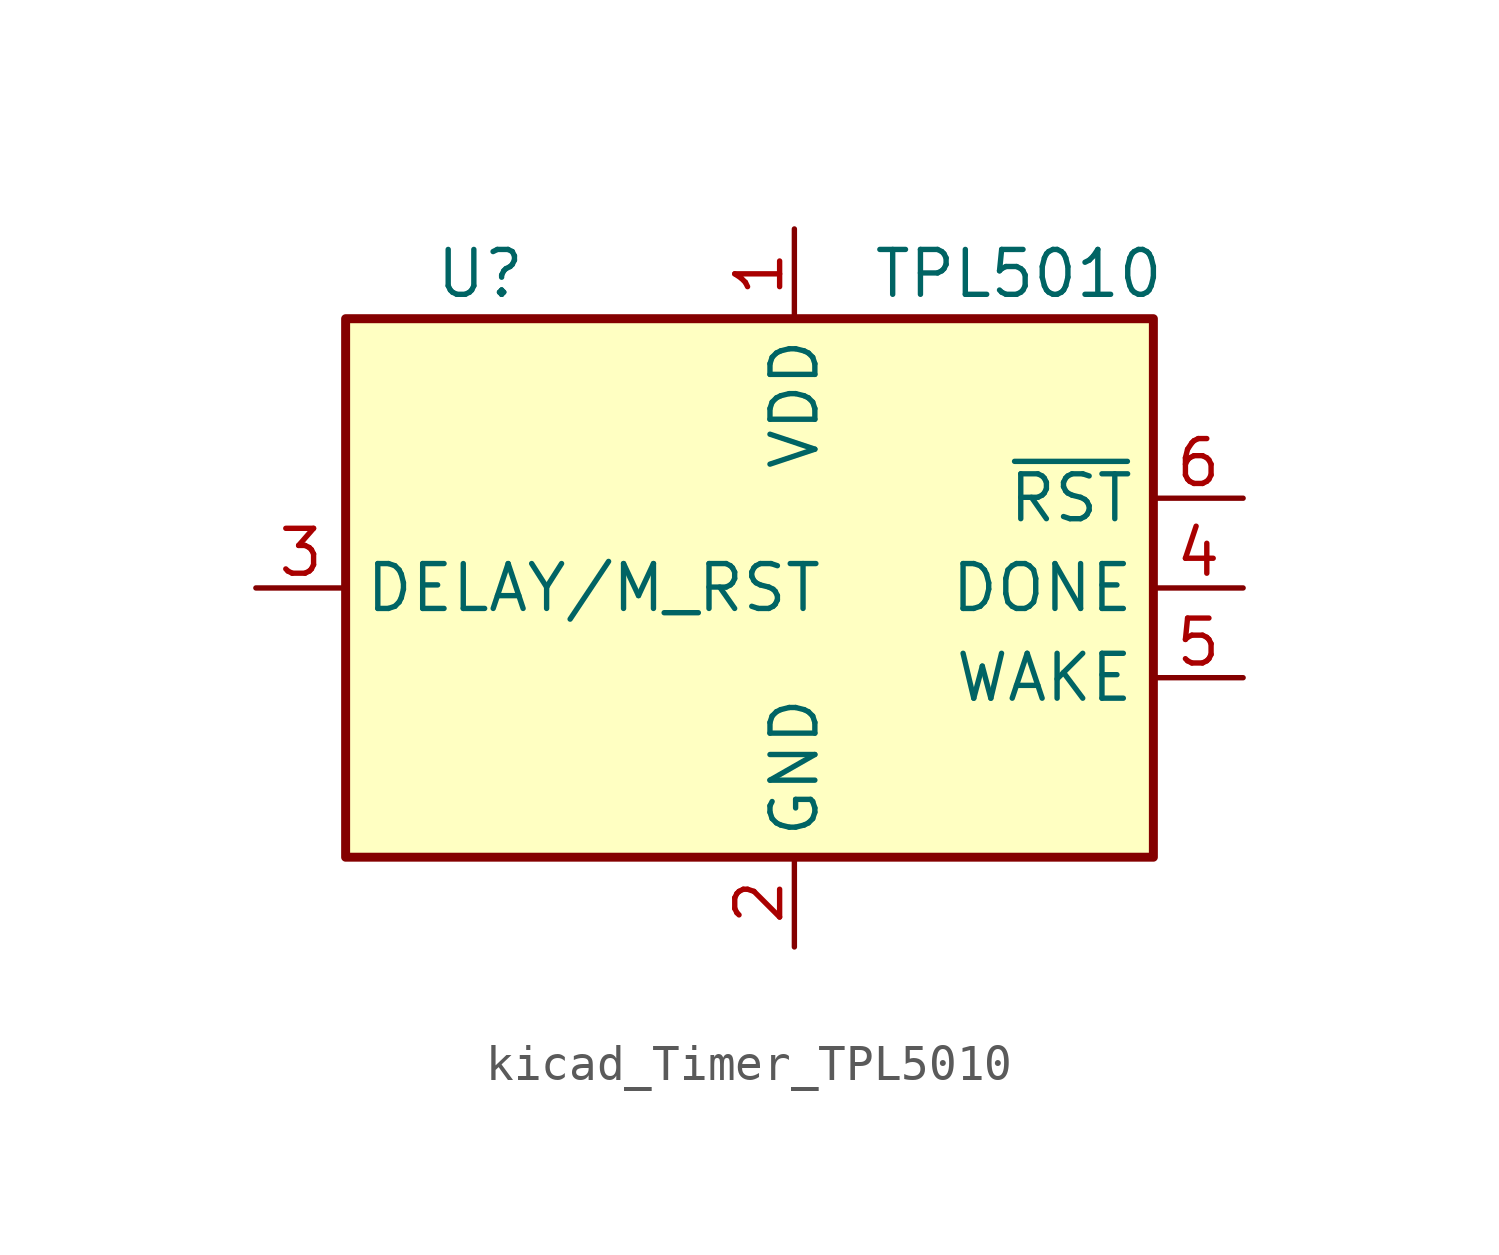
<source format=kicad_sym>
(kicad_symbol_lib
  (version 20220914)
  (generator kicad_symbol_editor)
  (symbol "kicad_Timer_TPL5010"
    (property "Reference" "U"
      (at -8.89 8.89 0)
      (effects (font (size 1.27 1.27))))
    (property "Value" "TPL5010"
      (at 6.35 8.89 0)
      (effects (font (size 1.27 1.27))))
    (symbol "kicad_Timer_TPL5010_0_1"
      (rectangle (start -12.7 7.62) (end 10.16 -7.62) (stroke (width 0.254) (type default)) (fill (type background))))
    (symbol "kicad_Timer_TPL5010_1_1"
      (pin power_in line (at 0 10.16 270) (length 2.54) (name "VDD" (effects (font (size 1.27 1.27)))) (number "1" (effects (font (size 1.27 1.27)))))
      (pin power_in line (at 0 -10.16 90) (length 2.54) (name "GND" (effects (font (size 1.27 1.27)))) (number "2" (effects (font (size 1.27 1.27)))))
      (pin input line (at -15.24 0 0) (length 2.54) (name "DELAY/M_RST" (effects (font (size 1.27 1.27)))) (number "3" (effects (font (size 1.27 1.27)))))
      (pin input line (at 12.7 0 180) (length 2.54) (name "DONE" (effects (font (size 1.27 1.27)))) (number "4" (effects (font (size 1.27 1.27)))))
      (pin output line (at 12.7 -2.54 180) (length 2.54) (name "WAKE" (effects (font (size 1.27 1.27)))) (number "5" (effects (font (size 1.27 1.27)))))
      (pin open_collector line (at 12.7 2.54 180) (length 2.54) (name "~{RST}" (effects (font (size 1.27 1.27)))) (number "6" (effects (font (size 1.27 1.27))))))))
</source>
